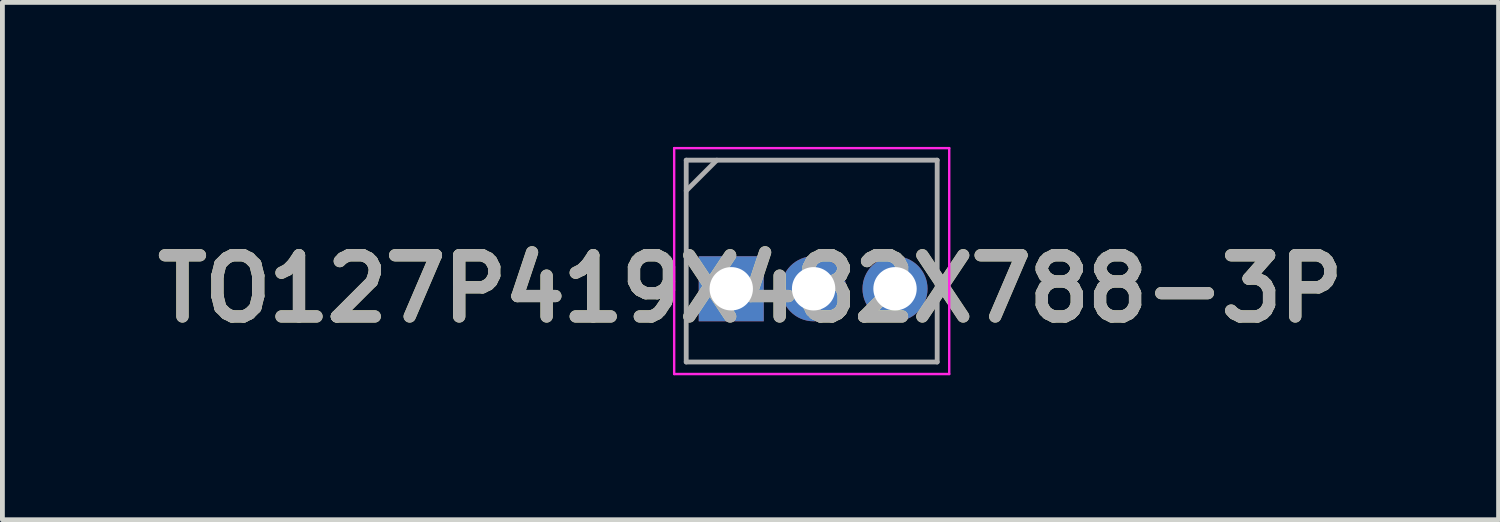
<source format=kicad_pcb>
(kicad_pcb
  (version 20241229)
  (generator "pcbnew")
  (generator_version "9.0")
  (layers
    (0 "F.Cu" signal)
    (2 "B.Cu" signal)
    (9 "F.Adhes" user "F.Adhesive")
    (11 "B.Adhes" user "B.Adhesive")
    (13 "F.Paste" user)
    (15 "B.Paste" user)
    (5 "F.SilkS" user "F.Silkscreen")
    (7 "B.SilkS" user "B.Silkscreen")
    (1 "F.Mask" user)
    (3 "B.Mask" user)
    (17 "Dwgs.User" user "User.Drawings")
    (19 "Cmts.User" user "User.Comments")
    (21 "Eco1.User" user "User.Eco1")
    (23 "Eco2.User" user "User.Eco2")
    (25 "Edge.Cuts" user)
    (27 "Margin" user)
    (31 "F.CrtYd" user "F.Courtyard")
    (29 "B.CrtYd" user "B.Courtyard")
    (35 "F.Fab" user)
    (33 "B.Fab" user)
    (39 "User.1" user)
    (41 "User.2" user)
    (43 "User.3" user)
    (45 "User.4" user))
  (footprint "TO127P419X482X788-3P"
    (layer "F.Cu")
    (at 12.531 2.945)
    (property "Reference" "TO127P419X482X788-3P" (at 0 0 0) (layer "F.SilkS") (effects (font (size 1.27 1.27) (thickness 0.254))))
    (attr through_hole)
    (fp_line (start -1.585 -2.92) (end 4.125 -2.92) (stroke (width 0.05) (type solid)) (layer "F.CrtYd"))
    (fp_line (start -1.585 1.77) (end -1.585 -2.92) (stroke (width 0.05) (type solid)) (layer "F.CrtYd"))
    (fp_line (start 4.125 -2.92) (end 4.125 1.77) (stroke (width 0.05) (type solid)) (layer "F.CrtYd"))
    (fp_line (start 4.125 1.77) (end -1.585 1.77) (stroke (width 0.05) (type solid)) (layer "F.CrtYd"))
    (fp_line (start -1.335 -2.67) (end 3.875 -2.67) (stroke (width 0.1) (type solid)) (layer "F.Fab"))
    (fp_line (start -1.335 -2.035) (end -0.7 -2.67) (stroke (width 0.1) (type solid)) (layer "F.Fab"))
    (fp_line (start -1.335 1.52) (end -1.335 -2.67) (stroke (width 0.1) (type solid)) (layer "F.Fab"))
    (fp_line (start 3.875 -2.67) (end 3.875 1.52) (stroke (width 0.1) (type solid)) (layer "F.Fab"))
    (fp_line (start 3.875 1.52) (end -1.335 1.52) (stroke (width 0.1) (type solid)) (layer "F.Fab"))
    (fp_text user "${REFERENCE}" (at 0 0 0) (layer "F.Fab") (effects (font (size 1.27 1.27) (thickness 0.254))))
    (pad "1" thru_hole rect (at -0.4 0) (size 1.35 1.35) (drill 0.9) (layers "*.Cu" "*.Mask"))
    (pad "2" thru_hole circle (at 1.31 0) (size 1.35 1.35) (drill 0.9) (layers "*.Cu" "*.Mask"))
    (pad "3" thru_hole circle (at 3 0) (size 1.35 1.35) (drill 0.9) (layers "*.Cu" "*.Mask")))
  (gr_rect
    (start -3 -3)
    (end 28.061 7.74)
    (stroke (width 0.1) (type default))
    (fill no)
    (layer "Edge.Cuts")))
</source>
